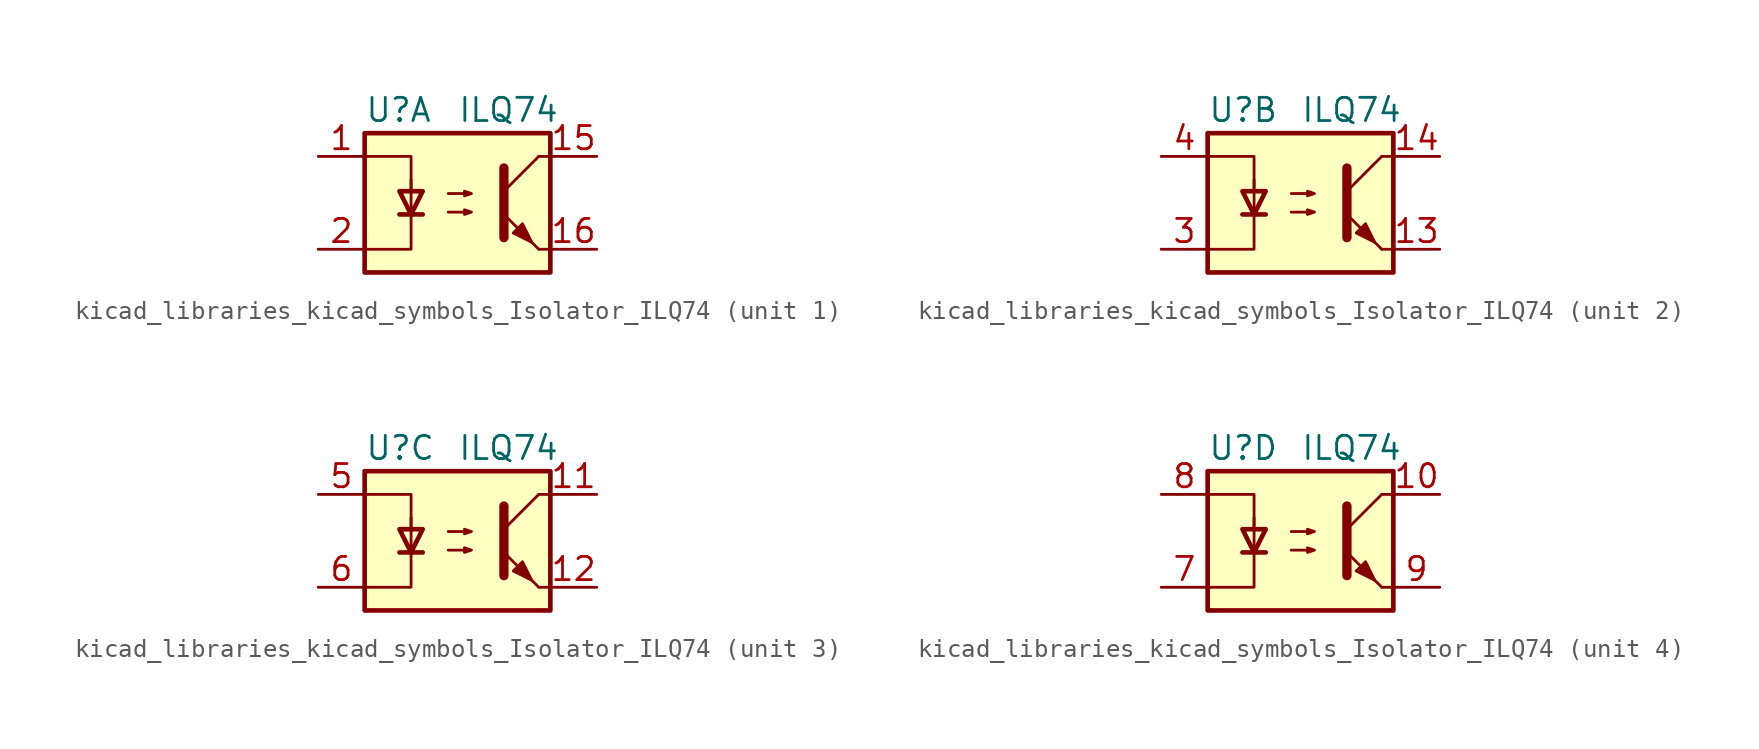
<source format=kicad_sym>
(kicad_symbol_lib
  (version 20220914)
  (generator kicad_symbol_editor)
  (symbol "kicad_libraries_kicad_symbols_Isolator_ILQ74"
    (pin_names
      (offset 1.016))
    (property "Reference" "U"
      (at -5.08 5.08 0)
      (effects (font (size 1.27 1.27)) (justify left)))
    (property "Value" "ILQ74"
      (at 0 5.08 0)
      (effects (font (size 1.27 1.27)) (justify left)))
    (symbol "kicad_libraries_kicad_symbols_Isolator_ILQ74_0_1"
      (rectangle (start -5.08 3.81) (end 5.08 -3.81) (stroke (width 0.254) (type default)) (fill (type background)))
      (polyline (pts (xy -3.175 -0.635) (xy -1.905 -0.635)) (stroke (width 0.254) (type default)) (fill (type none)))
      (polyline (pts (xy 2.54 0.635) (xy 4.445 2.54)) (stroke (width 0) (type default)) (fill (type none)))
      (polyline (pts (xy 4.445 -2.54) (xy 2.54 -0.635)) (stroke (width 0) (type default)) (fill (type outline)))
      (polyline (pts (xy 4.445 -2.54) (xy 5.08 -2.54)) (stroke (width 0) (type default)) (fill (type none)))
      (polyline (pts (xy 4.445 2.54) (xy 5.08 2.54)) (stroke (width 0) (type default)) (fill (type none)))
      (polyline (pts (xy -5.08 2.54) (xy -2.54 2.54) (xy -2.54 0.635)) (stroke (width 0) (type default)) (fill (type none)))
      (polyline (pts (xy 2.54 1.905) (xy 2.54 -1.905) (xy 2.54 -1.905)) (stroke (width 0.508) (type default)) (fill (type none)))
      (polyline (pts (xy -2.54 -0.635) (xy -3.175 0.635) (xy -1.905 0.635) (xy -2.54 -0.635)) (stroke (width 0.254) (type default)) (fill (type none)))
      (polyline (pts (xy -2.54 -0.635) (xy -2.54 1.27) (xy -2.54 -2.54) (xy -5.08 -2.54)) (stroke (width 0) (type default)) (fill (type none)))
      (polyline (pts (xy -0.508 -0.508) (xy 0.762 -0.508) (xy 0.381 -0.635) (xy 0.381 -0.381) (xy 0.762 -0.508)) (stroke (width 0) (type default)) (fill (type none)))
      (polyline (pts (xy -0.508 0.508) (xy 0.762 0.508) (xy 0.381 0.381) (xy 0.381 0.635) (xy 0.762 0.508)) (stroke (width 0) (type default)) (fill (type none)))
      (polyline (pts (xy 3.048 -1.651) (xy 3.556 -1.143) (xy 4.064 -2.159) (xy 3.048 -1.651) (xy 3.048 -1.651)) (stroke (width 0) (type default)) (fill (type outline))))
    (symbol "kicad_libraries_kicad_symbols_Isolator_ILQ74_1_1"
      (pin passive line (at -7.62 2.54 0) (length 2.54) (name "~" (effects (font (size 1.27 1.27)))) (number "1" (effects (font (size 1.27 1.27)))))
      (pin passive line (at 7.62 2.54 180) (length 2.54) (name "~" (effects (font (size 1.27 1.27)))) (number "15" (effects (font (size 1.27 1.27)))))
      (pin passive line (at 7.62 -2.54 180) (length 2.54) (name "~" (effects (font (size 1.27 1.27)))) (number "16" (effects (font (size 1.27 1.27)))))
      (pin passive line (at -7.62 -2.54 0) (length 2.54) (name "~" (effects (font (size 1.27 1.27)))) (number "2" (effects (font (size 1.27 1.27))))))
    (symbol "kicad_libraries_kicad_symbols_Isolator_ILQ74_2_1"
      (pin passive line (at 7.62 -2.54 180) (length 2.54) (name "~" (effects (font (size 1.27 1.27)))) (number "13" (effects (font (size 1.27 1.27)))))
      (pin passive line (at 7.62 2.54 180) (length 2.54) (name "~" (effects (font (size 1.27 1.27)))) (number "14" (effects (font (size 1.27 1.27)))))
      (pin passive line (at -7.62 -2.54 0) (length 2.54) (name "~" (effects (font (size 1.27 1.27)))) (number "3" (effects (font (size 1.27 1.27)))))
      (pin passive line (at -7.62 2.54 0) (length 2.54) (name "~" (effects (font (size 1.27 1.27)))) (number "4" (effects (font (size 1.27 1.27))))))
    (symbol "kicad_libraries_kicad_symbols_Isolator_ILQ74_3_1"
      (pin passive line (at 7.62 2.54 180) (length 2.54) (name "~" (effects (font (size 1.27 1.27)))) (number "11" (effects (font (size 1.27 1.27)))))
      (pin passive line (at 7.62 -2.54 180) (length 2.54) (name "~" (effects (font (size 1.27 1.27)))) (number "12" (effects (font (size 1.27 1.27)))))
      (pin passive line (at -7.62 2.54 0) (length 2.54) (name "~" (effects (font (size 1.27 1.27)))) (number "5" (effects (font (size 1.27 1.27)))))
      (pin passive line (at -7.62 -2.54 0) (length 2.54) (name "~" (effects (font (size 1.27 1.27)))) (number "6" (effects (font (size 1.27 1.27))))))
    (symbol "kicad_libraries_kicad_symbols_Isolator_ILQ74_4_1"
      (pin passive line (at 7.62 2.54 180) (length 2.54) (name "~" (effects (font (size 1.27 1.27)))) (number "10" (effects (font (size 1.27 1.27)))))
      (pin passive line (at -7.62 -2.54 0) (length 2.54) (name "~" (effects (font (size 1.27 1.27)))) (number "7" (effects (font (size 1.27 1.27)))))
      (pin passive line (at -7.62 2.54 0) (length 2.54) (name "~" (effects (font (size 1.27 1.27)))) (number "8" (effects (font (size 1.27 1.27)))))
      (pin passive line (at 7.62 -2.54 180) (length 2.54) (name "~" (effects (font (size 1.27 1.27)))) (number "9" (effects (font (size 1.27 1.27))))))))
</source>
